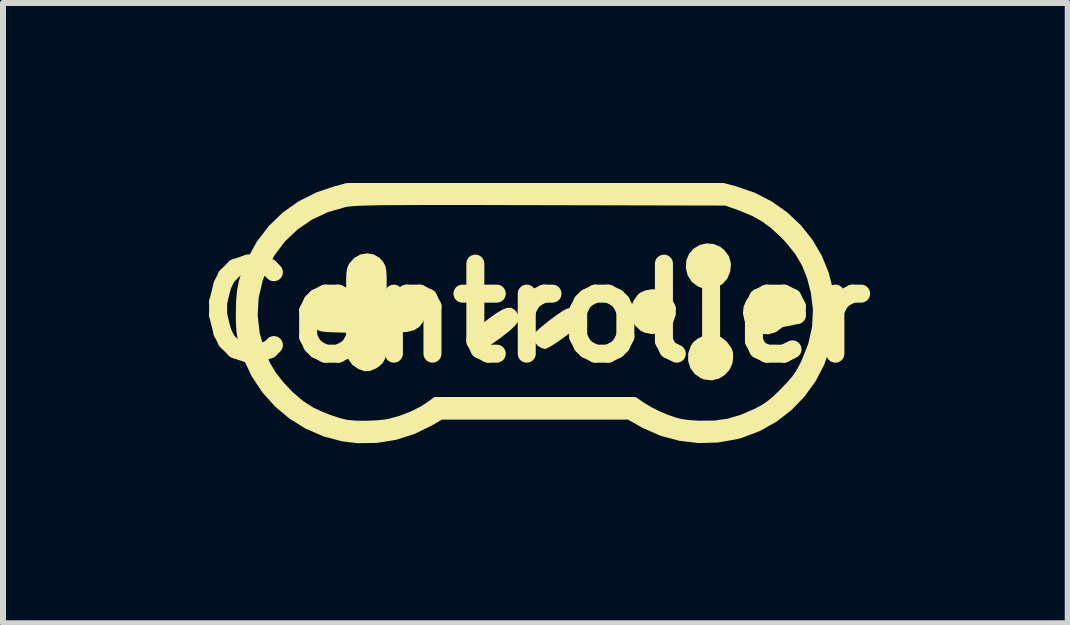
<source format=kicad_pcb>
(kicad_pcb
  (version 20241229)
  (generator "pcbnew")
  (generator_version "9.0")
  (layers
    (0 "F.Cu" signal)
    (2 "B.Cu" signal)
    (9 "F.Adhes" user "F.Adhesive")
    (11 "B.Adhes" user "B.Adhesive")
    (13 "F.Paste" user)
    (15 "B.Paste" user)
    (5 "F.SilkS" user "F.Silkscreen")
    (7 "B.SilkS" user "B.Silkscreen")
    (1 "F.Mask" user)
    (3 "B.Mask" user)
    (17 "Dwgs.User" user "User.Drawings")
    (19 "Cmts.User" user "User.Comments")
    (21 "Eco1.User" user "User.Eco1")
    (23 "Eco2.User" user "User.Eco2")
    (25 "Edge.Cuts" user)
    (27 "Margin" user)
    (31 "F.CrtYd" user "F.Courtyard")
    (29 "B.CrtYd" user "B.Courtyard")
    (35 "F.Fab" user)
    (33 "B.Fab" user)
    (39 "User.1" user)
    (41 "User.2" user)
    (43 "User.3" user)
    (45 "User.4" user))
  (footprint "Controller"
    (layer "F.Cu")
    (at 5.871 2.165)
    (property "Reference" "Controller" (at 0 0 0) (layer "F.SilkS") (effects (font (size 1.5 1.5) (thickness 0.3))))
    (attr board_only exclude_from_pos_files exclude_from_bom)
    (fp_poly (pts (xy 2.973 -1.149) (xy 3.087 -1.098) (xy 3.148 -1.049) (xy 3.228 -0.941) (xy 3.26 -0.819) (xy 3.249 -0.696) (xy 3.199 -0.572) (xy 3.114 -0.479) (xy 3.006 -0.42) (xy 2.882 -0.4) (xy 2.753 -0.423) (xy 2.708 -0.442) (xy 2.606 -0.519) (xy 2.537 -0.63) (xy 2.508 -0.75) (xy 2.517 -0.88) (xy 2.565 -0.99) (xy 2.643 -1.076) (xy 2.743 -1.134) (xy 2.855 -1.159)) (stroke (width 0) (type solid)) (fill yes) (layer "F.SilkS"))
    (fp_poly (pts (xy 2.989 0.361) (xy 3.094 0.402) (xy 3.19 0.478) (xy 3.26 0.574) (xy 3.269 0.592) (xy 3.299 0.719) (xy 3.285 0.839) (xy 3.236 0.947) (xy 3.158 1.034) (xy 3.058 1.095) (xy 2.942 1.123) (xy 2.818 1.11) (xy 2.765 1.091) (xy 2.657 1.018) (xy 2.583 0.917) (xy 2.546 0.798) (xy 2.548 0.672) (xy 2.591 0.549) (xy 2.628 0.493) (xy 2.705 0.428) (xy 2.809 0.38) (xy 2.92 0.358)) (stroke (width 0) (type solid)) (fill yes) (layer "F.SilkS"))
    (fp_poly (pts (xy 3.904 -0.397) (xy 4.016 -0.353) (xy 4.029 -0.344) (xy 4.142 -0.245) (xy 4.206 -0.133) (xy 4.221 -0.01) (xy 4.188 0.123) (xy 4.184 0.132) (xy 4.109 0.245) (xy 4.006 0.321) (xy 3.884 0.356) (xy 3.751 0.347) (xy 3.717 0.336) (xy 3.597 0.276) (xy 3.516 0.187) (xy 3.487 0.132) (xy 3.459 0.01) (xy 3.471 -0.106) (xy 3.518 -0.212) (xy 3.591 -0.3) (xy 3.685 -0.364) (xy 3.792 -0.398)) (stroke (width 0) (type solid)) (fill yes) (layer "F.SilkS"))
    (fp_poly (pts (xy 2.054 -0.389) (xy 2.102 -0.375) (xy 2.192 -0.317) (xy 2.273 -0.23) (xy 2.329 -0.132) (xy 2.342 -0.087) (xy 2.34 0.031) (xy 2.3 0.149) (xy 2.228 0.249) (xy 2.182 0.288) (xy 2.068 0.339) (xy 1.941 0.352) (xy 1.819 0.328) (xy 1.752 0.294) (xy 1.667 0.214) (xy 1.605 0.112) (xy 1.577 0.006) (xy 1.577 -0.01) (xy 1.594 -0.104) (xy 1.639 -0.207) (xy 1.701 -0.296) (xy 1.743 -0.335) (xy 1.833 -0.376) (xy 1.945 -0.395)) (stroke (width 0) (type solid)) (fill yes) (layer "F.SilkS"))
    (fp_poly (pts (xy -0.351 -0.057) (xy -0.322 -0.027) (xy -0.283 0.033) (xy -0.272 0.089) (xy -0.29 0.149) (xy -0.342 0.217) (xy -0.43 0.298) (xy -0.558 0.398) (xy -0.579 0.414) (xy -0.703 0.504) (xy -0.798 0.562) (xy -0.87 0.591) (xy -0.927 0.594) (xy -0.976 0.572) (xy -1.015 0.539) (xy -1.067 0.46) (xy -1.071 0.374) (xy -1.06 0.338) (xy -1.035 0.308) (xy -0.978 0.256) (xy -0.897 0.188) (xy -0.8 0.112) (xy -0.792 0.106) (xy -0.657 0.009) (xy -0.552 -0.054) (xy -0.469 -0.085) (xy -0.404 -0.086)) (stroke (width 0) (type solid)) (fill yes) (layer "F.SilkS"))
    (fp_poly (pts (xy 0.684 -0.064) (xy 0.745 -0.009) (xy 0.773 0.068) (xy 0.76 0.156) (xy 0.75 0.176) (xy 0.717 0.215) (xy 0.653 0.271) (xy 0.568 0.34) (xy 0.471 0.412) (xy 0.373 0.481) (xy 0.283 0.54) (xy 0.21 0.582) (xy 0.166 0.6) (xy 0.163 0.601) (xy 0.104 0.585) (xy 0.041 0.549) (xy 0.041 0.549) (xy -0.014 0.477) (xy -0.023 0.389) (xy -0.009 0.338) (xy 0.016 0.308) (xy 0.073 0.256) (xy 0.154 0.188) (xy 0.251 0.112) (xy 0.259 0.106) (xy 0.374 0.021) (xy 0.459 -0.035) (xy 0.522 -0.069) (xy 0.572 -0.083) (xy 0.597 -0.085)) (stroke (width 0) (type solid)) (fill yes) (layer "F.SilkS"))
    (fp_poly (pts (xy -2.695 -0.975) (xy -2.595 -0.918) (xy -2.528 -0.839) (xy -2.5 -0.782) (xy -2.485 -0.712) (xy -2.478 -0.614) (xy -2.477 -0.554) (xy -2.477 -0.35) (xy -2.283 -0.35) (xy -2.129 -0.34) (xy -2.013 -0.308) (xy -1.929 -0.251) (xy -1.873 -0.174) (xy -1.832 -0.051) (xy -1.84 0.071) (xy -1.871 0.148) (xy -1.932 0.231) (xy -2.02 0.287) (xy -2.142 0.317) (xy -2.283 0.325) (xy -2.477 0.325) (xy -2.477 0.528) (xy -2.484 0.667) (xy -2.506 0.769) (xy -2.55 0.843) (xy -2.619 0.902) (xy -2.654 0.924) (xy -2.756 0.967) (xy -2.85 0.97) (xy -2.952 0.932) (xy -3.047 0.867) (xy -3.11 0.781) (xy -3.144 0.665) (xy -3.153 0.524) (xy -3.153 0.33) (xy -3.38 0.322) (xy -3.488 0.317) (xy -3.559 0.309) (xy -3.607 0.295) (xy -3.644 0.27) (xy -3.684 0.23) (xy -3.692 0.221) (xy -3.769 0.109) (xy -3.796 -0.003) (xy -3.773 -0.118) (xy -3.763 -0.142) (xy -3.699 -0.239) (xy -3.616 -0.303) (xy -3.505 -0.339) (xy -3.357 -0.35) (xy -3.35 -0.35) (xy -3.153 -0.35) (xy -3.153 -0.544) (xy -3.149 -0.662) (xy -3.136 -0.745) (xy -3.11 -0.808) (xy -3.104 -0.818) (xy -3.021 -0.915) (xy -2.918 -0.973) (xy -2.806 -0.994)) (stroke (width 0) (type solid)) (fill yes) (layer "F.SilkS"))
    (fp_poly (pts (xy 3.345 -2.11) (xy 3.657 -2.003) (xy 3.943 -1.856) (xy 4.201 -1.673) (xy 4.427 -1.459) (xy 4.62 -1.217) (xy 4.775 -0.951) (xy 4.891 -0.665) (xy 4.966 -0.363) (xy 4.995 -0.048) (xy 4.981 0.243) (xy 4.92 0.56) (xy 4.815 0.86) (xy 4.669 1.14) (xy 4.485 1.394) (xy 4.268 1.619) (xy 4.02 1.811) (xy 3.745 1.966) (xy 3.447 2.08) (xy 3.367 2.102) (xy 3.044 2.159) (xy 2.718 2.168) (xy 2.397 2.13) (xy 2.084 2.046) (xy 1.787 1.915) (xy 1.735 1.886) (xy 1.543 1.777) (xy -0.006 1.777) (xy -1.555 1.777) (xy -1.729 1.878) (xy -2.017 2.018) (xy -2.323 2.115) (xy -2.64 2.166) (xy -2.959 2.171) (xy -3.216 2.14) (xy -3.53 2.057) (xy -3.825 1.93) (xy -4.096 1.762) (xy -4.339 1.558) (xy -4.551 1.321) (xy -4.727 1.055) (xy -4.865 0.762) (xy -4.934 0.549) (xy -4.96 0.441) (xy -4.977 0.337) (xy -4.987 0.22) (xy -4.991 0.076) (xy -4.991 0.041) (xy -4.627 0.041) (xy -4.594 0.333) (xy -4.512 0.624) (xy -4.426 0.825) (xy -4.325 0.994) (xy -4.191 1.165) (xy -4.036 1.326) (xy -3.872 1.466) (xy -3.71 1.571) (xy -3.691 1.581) (xy -3.554 1.645) (xy -3.406 1.703) (xy -3.264 1.75) (xy -3.145 1.78) (xy -3.116 1.784) (xy -2.984 1.795) (xy -2.828 1.797) (xy -2.669 1.791) (xy -2.526 1.778) (xy -2.448 1.765) (xy -2.264 1.715) (xy -2.077 1.643) (xy -1.908 1.558) (xy -1.806 1.492) (xy -1.682 1.401) (xy -0.006 1.401) (xy 1.67 1.401) (xy 1.833 1.51) (xy 1.935 1.571) (xy 2.062 1.635) (xy 2.189 1.69) (xy 2.218 1.701) (xy 2.331 1.74) (xy 2.43 1.766) (xy 2.534 1.782) (xy 2.661 1.792) (xy 2.728 1.795) (xy 2.975 1.794) (xy 3.2 1.763) (xy 3.421 1.698) (xy 3.654 1.598) (xy 3.76 1.542) (xy 3.851 1.483) (xy 3.941 1.411) (xy 4.043 1.315) (xy 4.093 1.265) (xy 4.198 1.155) (xy 4.277 1.064) (xy 4.339 0.976) (xy 4.396 0.876) (xy 4.434 0.8) (xy 4.548 0.515) (xy 4.612 0.229) (xy 4.626 -0.057) (xy 4.592 -0.333) (xy 4.529 -0.577) (xy 4.446 -0.787) (xy 4.334 -0.978) (xy 4.187 -1.162) (xy 4.092 -1.263) (xy 3.932 -1.411) (xy 3.777 -1.526) (xy 3.609 -1.619) (xy 3.411 -1.701) (xy 3.385 -1.711) (xy 3.166 -1.789) (xy 0.1 -1.796) (xy -0.361 -1.797) (xy -0.774 -1.798) (xy -1.144 -1.799) (xy -1.471 -1.799) (xy -1.759 -1.799) (xy -2.011 -1.798) (xy -2.229 -1.797) (xy -2.417 -1.796) (xy -2.576 -1.795) (xy -2.71 -1.792) (xy -2.821 -1.79) (xy -2.913 -1.787) (xy -2.987 -1.783) (xy -3.048 -1.779) (xy -3.096 -1.774) (xy -3.136 -1.769) (xy -3.166 -1.763) (xy -3.454 -1.681) (xy -3.721 -1.556) (xy -3.961 -1.392) (xy -4.171 -1.193) (xy -4.346 -0.962) (xy -4.483 -0.702) (xy -4.544 -0.538) (xy -4.611 -0.25) (xy -4.627 0.041) (xy -4.991 0.041) (xy -4.991 0) (xy -4.986 -0.209) (xy -4.969 -0.385) (xy -4.937 -0.545) (xy -4.885 -0.705) (xy -4.81 -0.881) (xy -4.802 -0.897) (xy -4.64 -1.19) (xy -4.441 -1.449) (xy -4.208 -1.674) (xy -3.943 -1.861) (xy -3.648 -2.009) (xy -3.353 -2.108) (xy -3.141 -2.165) (xy 0 -2.165) (xy 3.141 -2.165)) (stroke (width 0) (type solid)) (fill yes) (layer "F.SilkS")))
  (gr_rect
    (start -3 -3)
    (end 14.743 7.336)
    (stroke (width 0.1) (type default))
    (fill no)
    (layer "Edge.Cuts")))
</source>
